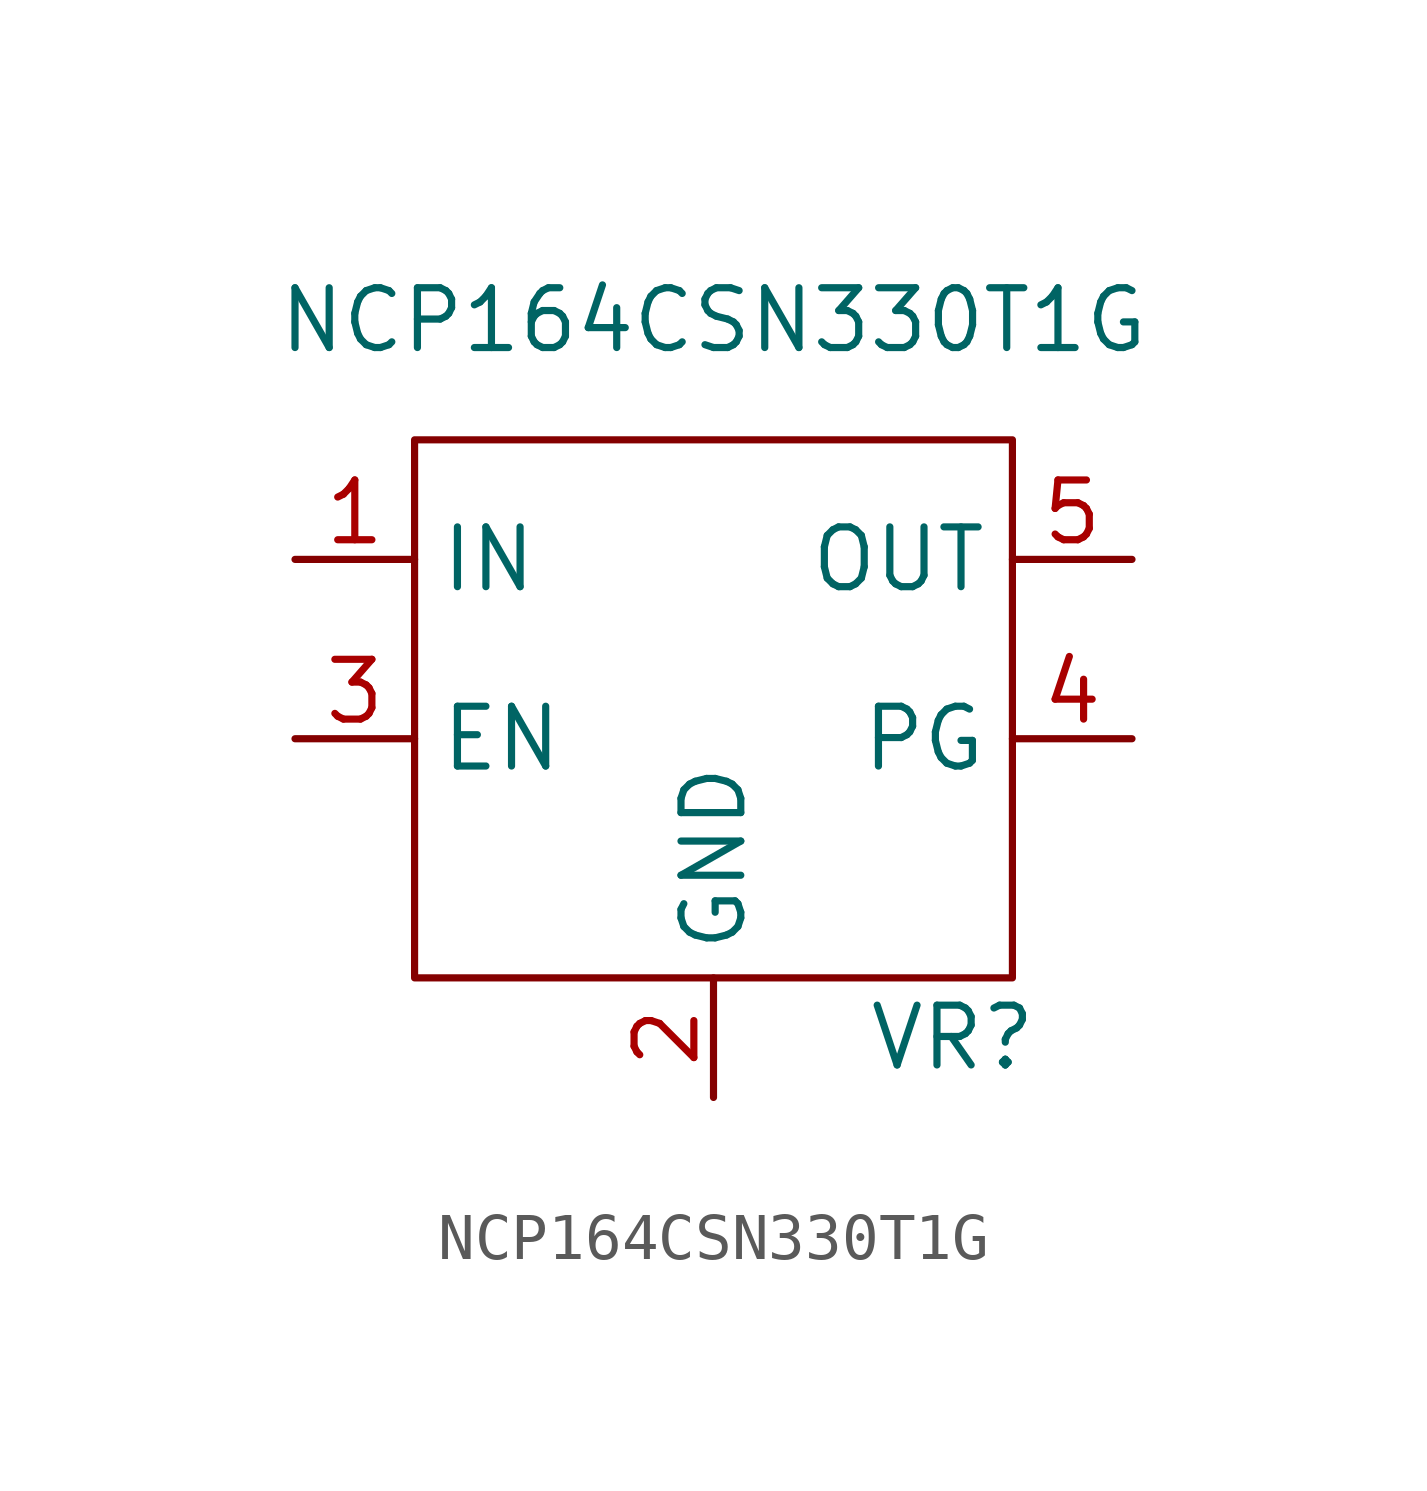
<source format=kicad_sym>
(kicad_symbol_lib
  (version 20211014)
  (generator kicad_symbol_editor)
  (symbol "NCP164CSN330T1G"
    (property "Reference" "VR"
      (at 5.08 -7.62 0)
      (effects (font (size 1.27 1.27))))
    (property "Value" "NCP164CSN330T1G"
      (at 0 7.62 0)
      (effects (font (size 1.27 1.27))))
    (symbol "NCP164CSN330T1G_0_0"
      (pin power_in line (at -8.89 2.54 0) (length 2.54) (name "IN" (effects (font (size 1.27 1.27)))) (number "1" (effects (font (size 1.27 1.27)))))
      (pin power_in line (at 0 -8.89 90) (length 2.54) (name "GND" (effects (font (size 1.27 1.27)))) (number "2" (effects (font (size 1.27 1.27)))))
      (pin input line (at -8.89 -1.27 0) (length 2.54) (name "EN" (effects (font (size 1.27 1.27)))) (number "3" (effects (font (size 1.27 1.27)))))
      (pin output line (at 8.89 -1.27 180) (length 2.54) (name "PG" (effects (font (size 1.27 1.27)))) (number "4" (effects (font (size 1.27 1.27)))))
      (pin power_out line (at 8.89 2.54 180) (length 2.54) (name "OUT" (effects (font (size 1.27 1.27)))) (number "5" (effects (font (size 1.27 1.27))))))
    (symbol "NCP164CSN330T1G_0_1"
      (rectangle (start 6.35 5.08) (end -6.35 -6.35) (stroke (width 0) (type default) (color 0 0 0 0)) (fill (type none))))))
</source>
